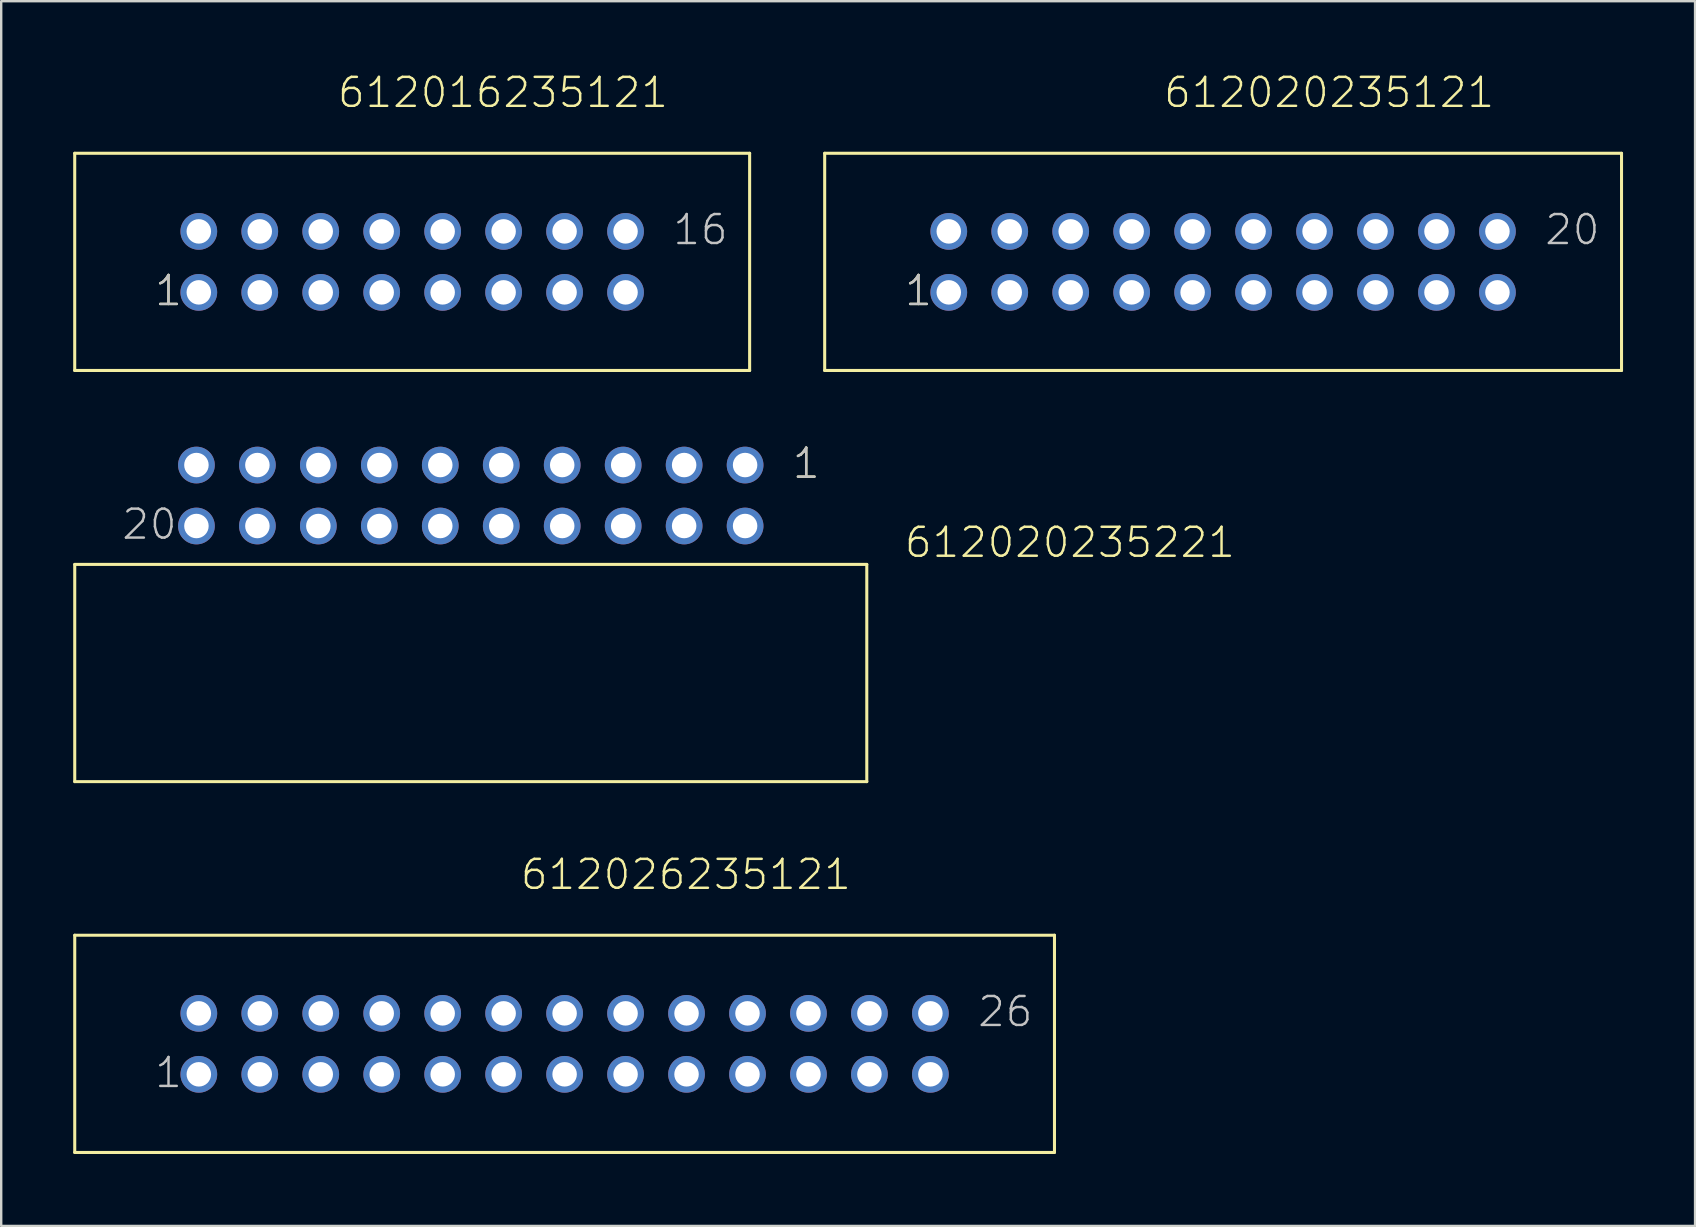
<source format=kicad_pcb>
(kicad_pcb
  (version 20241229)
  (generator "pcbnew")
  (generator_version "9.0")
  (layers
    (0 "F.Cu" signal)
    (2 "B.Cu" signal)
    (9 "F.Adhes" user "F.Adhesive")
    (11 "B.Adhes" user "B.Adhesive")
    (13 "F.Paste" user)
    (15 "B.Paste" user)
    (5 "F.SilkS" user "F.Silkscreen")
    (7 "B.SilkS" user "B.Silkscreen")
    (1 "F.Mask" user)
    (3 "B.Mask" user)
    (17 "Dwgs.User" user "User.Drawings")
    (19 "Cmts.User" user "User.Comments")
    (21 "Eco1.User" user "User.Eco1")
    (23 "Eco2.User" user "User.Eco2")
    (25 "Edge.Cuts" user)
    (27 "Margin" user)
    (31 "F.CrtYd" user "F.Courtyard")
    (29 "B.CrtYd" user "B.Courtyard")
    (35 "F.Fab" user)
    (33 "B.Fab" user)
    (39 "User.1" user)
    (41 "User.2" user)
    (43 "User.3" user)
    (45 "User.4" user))
  (footprint "612026235121"
    (layer "F.Cu")
    (at 20.474 40.441)
    (property "Reference" "612026235121" (at -1.905 -6.35 0) (layer "F.SilkS") (effects (font (size 1.206 1.206) (thickness 0.102)) (justify left bottom)))
    (attr through_hole)
    (fp_line (start -20.41 -4.525) (end 20.41 -4.525) (stroke (width 0.127) (type solid)) (layer "F.SilkS"))
    (fp_line (start -20.41 4.525) (end -20.41 -4.525) (stroke (width 0.127) (type solid)) (layer "F.SilkS"))
    (fp_line (start 20.41 -4.525) (end 20.41 4.525) (stroke (width 0.127) (type solid)) (layer "F.SilkS"))
    (fp_line (start 20.41 4.525) (end -20.41 4.525) (stroke (width 0.127) (type solid)) (layer "F.SilkS"))
    (fp_text user "26" (at 17.145 -0.635 0) (layer "Dwgs.User") (effects (font (size 1.206 1.206) (thickness 0.102)) (justify left bottom)))
    (fp_text user "1" (at -17.145 1.905 0) (layer "Dwgs.User") (effects (font (size 1.206 1.206) (thickness 0.102)) (justify left bottom)))
    (pad "1" thru_hole circle (at -15.24 1.27) (size 1.53 1.53) (drill 1.02) (layers "*.Cu" "*.Mask"))
    (pad "2" thru_hole circle (at -15.24 -1.27) (size 1.53 1.53) (drill 1.02) (layers "*.Cu" "*.Mask"))
    (pad "3" thru_hole circle (at -12.7 1.27) (size 1.53 1.53) (drill 1.02) (layers "*.Cu" "*.Mask"))
    (pad "4" thru_hole circle (at -12.7 -1.27) (size 1.53 1.53) (drill 1.02) (layers "*.Cu" "*.Mask"))
    (pad "5" thru_hole circle (at -10.16 1.27) (size 1.53 1.53) (drill 1.02) (layers "*.Cu" "*.Mask"))
    (pad "6" thru_hole circle (at -10.16 -1.27) (size 1.53 1.53) (drill 1.02) (layers "*.Cu" "*.Mask"))
    (pad "7" thru_hole circle (at -7.62 1.27) (size 1.53 1.53) (drill 1.02) (layers "*.Cu" "*.Mask"))
    (pad "8" thru_hole circle (at -7.62 -1.27) (size 1.53 1.53) (drill 1.02) (layers "*.Cu" "*.Mask"))
    (pad "9" thru_hole circle (at -5.08 1.27) (size 1.53 1.53) (drill 1.02) (layers "*.Cu" "*.Mask"))
    (pad "10" thru_hole circle (at -5.08 -1.27) (size 1.53 1.53) (drill 1.02) (layers "*.Cu" "*.Mask"))
    (pad "11" thru_hole circle (at -2.54 1.27) (size 1.53 1.53) (drill 1.02) (layers "*.Cu" "*.Mask"))
    (pad "12" thru_hole circle (at -2.54 -1.27) (size 1.53 1.53) (drill 1.02) (layers "*.Cu" "*.Mask"))
    (pad "13" thru_hole circle (at 0 1.27) (size 1.53 1.53) (drill 1.02) (layers "*.Cu" "*.Mask"))
    (pad "14" thru_hole circle (at 0 -1.27) (size 1.53 1.53) (drill 1.02) (layers "*.Cu" "*.Mask"))
    (pad "15" thru_hole circle (at 2.54 1.27) (size 1.53 1.53) (drill 1.02) (layers "*.Cu" "*.Mask"))
    (pad "16" thru_hole circle (at 2.54 -1.27) (size 1.53 1.53) (drill 1.02) (layers "*.Cu" "*.Mask"))
    (pad "17" thru_hole circle (at 5.08 1.27) (size 1.53 1.53) (drill 1.02) (layers "*.Cu" "*.Mask"))
    (pad "18" thru_hole circle (at 5.08 -1.27) (size 1.53 1.53) (drill 1.02) (layers "*.Cu" "*.Mask"))
    (pad "19" thru_hole circle (at 7.62 1.27) (size 1.53 1.53) (drill 1.02) (layers "*.Cu" "*.Mask"))
    (pad "20" thru_hole circle (at 7.62 -1.27) (size 1.53 1.53) (drill 1.02) (layers "*.Cu" "*.Mask"))
    (pad "21" thru_hole circle (at 10.16 1.27) (size 1.53 1.53) (drill 1.02) (layers "*.Cu" "*.Mask"))
    (pad "22" thru_hole circle (at 10.16 -1.27) (size 1.53 1.53) (drill 1.02) (layers "*.Cu" "*.Mask"))
    (pad "23" thru_hole circle (at 12.7 1.27) (size 1.53 1.53) (drill 1.02) (layers "*.Cu" "*.Mask"))
    (pad "24" thru_hole circle (at 12.7 -1.27) (size 1.53 1.53) (drill 1.02) (layers "*.Cu" "*.Mask"))
    (pad "25" thru_hole circle (at 15.24 1.27) (size 1.53 1.53) (drill 1.02) (layers "*.Cu" "*.Mask"))
    (pad "26" thru_hole circle (at 15.24 -1.27) (size 1.53 1.53) (drill 1.02) (layers "*.Cu" "*.Mask")))
  (footprint "612020235221"
    (layer "F.Cu")
    (at 16.564 17.596)
    (property "Reference" "612020235221" (at 18.005 2.66 0) (layer "F.SilkS") (effects (font (size 1.206 1.206) (thickness 0.102)) (justify left bottom)))
    (attr through_hole)
    (fp_line (start -16.5 2.87) (end 16.5 2.87) (stroke (width 0.127) (type solid)) (layer "F.SilkS"))
    (fp_line (start -16.5 11.92) (end -16.5 2.87) (stroke (width 0.127) (type solid)) (layer "F.SilkS"))
    (fp_line (start 16.5 2.87) (end 16.5 11.92) (stroke (width 0.127) (type solid)) (layer "F.SilkS"))
    (fp_line (start 16.5 11.92) (end -16.5 11.92) (stroke (width 0.127) (type solid)) (layer "F.SilkS"))
    (fp_text user "1" (at 13.335 -0.635 0) (layer "F.SilkS") (effects (font (size 1.206 1.206) (thickness 0.102)) (justify left bottom)))
    (fp_text user "1" (at 13.335 -0.635 0) (layer "Dwgs.User") (effects (font (size 1.206 1.206) (thickness 0.102)) (justify left bottom)))
    (fp_text user "20" (at -14.605 1.905 0) (layer "Dwgs.User") (effects (font (size 1.206 1.206) (thickness 0.102)) (justify left bottom)))
    (pad "1" thru_hole circle (at 11.43 -1.27 180) (size 1.53 1.53) (drill 1.02) (layers "*.Cu" "*.Mask"))
    (pad "2" thru_hole circle (at 11.43 1.27 180) (size 1.53 1.53) (drill 1.02) (layers "*.Cu" "*.Mask"))
    (pad "3" thru_hole circle (at 8.89 -1.27 180) (size 1.53 1.53) (drill 1.02) (layers "*.Cu" "*.Mask"))
    (pad "4" thru_hole circle (at 8.89 1.27 180) (size 1.53 1.53) (drill 1.02) (layers "*.Cu" "*.Mask"))
    (pad "5" thru_hole circle (at 6.35 -1.27 180) (size 1.53 1.53) (drill 1.02) (layers "*.Cu" "*.Mask"))
    (pad "6" thru_hole circle (at 6.35 1.27 180) (size 1.53 1.53) (drill 1.02) (layers "*.Cu" "*.Mask"))
    (pad "7" thru_hole circle (at 3.81 -1.27 180) (size 1.53 1.53) (drill 1.02) (layers "*.Cu" "*.Mask"))
    (pad "8" thru_hole circle (at 3.81 1.27 180) (size 1.53 1.53) (drill 1.02) (layers "*.Cu" "*.Mask"))
    (pad "9" thru_hole circle (at 1.27 -1.27 180) (size 1.53 1.53) (drill 1.02) (layers "*.Cu" "*.Mask"))
    (pad "10" thru_hole circle (at 1.27 1.27 180) (size 1.53 1.53) (drill 1.02) (layers "*.Cu" "*.Mask"))
    (pad "11" thru_hole circle (at -1.27 -1.27 180) (size 1.53 1.53) (drill 1.02) (layers "*.Cu" "*.Mask"))
    (pad "12" thru_hole circle (at -1.27 1.27 180) (size 1.53 1.53) (drill 1.02) (layers "*.Cu" "*.Mask"))
    (pad "13" thru_hole circle (at -3.81 -1.27 180) (size 1.53 1.53) (drill 1.02) (layers "*.Cu" "*.Mask"))
    (pad "14" thru_hole circle (at -3.81 1.27 180) (size 1.53 1.53) (drill 1.02) (layers "*.Cu" "*.Mask"))
    (pad "15" thru_hole circle (at -6.35 -1.27 180) (size 1.53 1.53) (drill 1.02) (layers "*.Cu" "*.Mask"))
    (pad "16" thru_hole circle (at -6.35 1.27 180) (size 1.53 1.53) (drill 1.02) (layers "*.Cu" "*.Mask"))
    (pad "17" thru_hole circle (at -8.89 -1.27 180) (size 1.53 1.53) (drill 1.02) (layers "*.Cu" "*.Mask"))
    (pad "18" thru_hole circle (at -8.89 1.27 180) (size 1.53 1.53) (drill 1.02) (layers "*.Cu" "*.Mask"))
    (pad "19" thru_hole circle (at -11.43 -1.27 180) (size 1.53 1.53) (drill 1.02) (layers "*.Cu" "*.Mask"))
    (pad "20" thru_hole circle (at -11.43 1.27 180) (size 1.53 1.53) (drill 1.02) (layers "*.Cu" "*.Mask")))
  (footprint "612016235121"
    (layer "F.Cu")
    (at 14.123 7.861)
    (property "Reference" "612016235121" (at -3.175 -6.35 0) (layer "F.SilkS") (effects (font (size 1.206 1.206) (thickness 0.102)) (justify left bottom)))
    (attr through_hole)
    (fp_line (start -14.06 -4.525) (end 14.06 -4.525) (stroke (width 0.127) (type solid)) (layer "F.SilkS"))
    (fp_line (start -14.06 4.525) (end -14.06 -4.525) (stroke (width 0.127) (type solid)) (layer "F.SilkS"))
    (fp_line (start 14.06 -4.525) (end 14.06 4.525) (stroke (width 0.127) (type solid)) (layer "F.SilkS"))
    (fp_line (start 14.06 4.525) (end -14.06 4.525) (stroke (width 0.127) (type solid)) (layer "F.SilkS"))
    (fp_text user "1" (at -10.795 1.905 0) (layer "F.SilkS") (effects (font (size 1.206 1.206) (thickness 0.102)) (justify left bottom)))
    (fp_text user "16" (at 10.795 -0.635 0) (layer "Dwgs.User") (effects (font (size 1.206 1.206) (thickness 0.102)) (justify left bottom)))
    (fp_text user "1" (at -10.795 1.905 0) (layer "Dwgs.User") (effects (font (size 1.206 1.206) (thickness 0.102)) (justify left bottom)))
    (pad "1" thru_hole circle (at -8.89 1.27) (size 1.53 1.53) (drill 1.02) (layers "*.Cu" "*.Mask"))
    (pad "2" thru_hole circle (at -8.89 -1.27) (size 1.53 1.53) (drill 1.02) (layers "*.Cu" "*.Mask"))
    (pad "3" thru_hole circle (at -6.35 1.27) (size 1.53 1.53) (drill 1.02) (layers "*.Cu" "*.Mask"))
    (pad "4" thru_hole circle (at -6.35 -1.27) (size 1.53 1.53) (drill 1.02) (layers "*.Cu" "*.Mask"))
    (pad "5" thru_hole circle (at -3.81 1.27) (size 1.53 1.53) (drill 1.02) (layers "*.Cu" "*.Mask"))
    (pad "6" thru_hole circle (at -3.81 -1.27) (size 1.53 1.53) (drill 1.02) (layers "*.Cu" "*.Mask"))
    (pad "7" thru_hole circle (at -1.27 1.27) (size 1.53 1.53) (drill 1.02) (layers "*.Cu" "*.Mask"))
    (pad "8" thru_hole circle (at -1.27 -1.27) (size 1.53 1.53) (drill 1.02) (layers "*.Cu" "*.Mask"))
    (pad "9" thru_hole circle (at 1.27 1.27) (size 1.53 1.53) (drill 1.02) (layers "*.Cu" "*.Mask"))
    (pad "10" thru_hole circle (at 1.27 -1.27) (size 1.53 1.53) (drill 1.02) (layers "*.Cu" "*.Mask"))
    (pad "11" thru_hole circle (at 3.81 1.27) (size 1.53 1.53) (drill 1.02) (layers "*.Cu" "*.Mask"))
    (pad "12" thru_hole circle (at 3.81 -1.27) (size 1.53 1.53) (drill 1.02) (layers "*.Cu" "*.Mask"))
    (pad "13" thru_hole circle (at 6.35 1.27) (size 1.53 1.53) (drill 1.02) (layers "*.Cu" "*.Mask"))
    (pad "14" thru_hole circle (at 6.35 -1.27) (size 1.53 1.53) (drill 1.02) (layers "*.Cu" "*.Mask"))
    (pad "15" thru_hole circle (at 8.89 1.27) (size 1.53 1.53) (drill 1.02) (layers "*.Cu" "*.Mask"))
    (pad "16" thru_hole circle (at 8.89 -1.27) (size 1.53 1.53) (drill 1.02) (layers "*.Cu" "*.Mask")))
  (footprint "612020235121"
    (layer "F.Cu")
    (at 47.91 7.861)
    (property "Reference" "612020235121" (at -2.54 -6.35 0) (layer "F.SilkS") (effects (font (size 1.206 1.206) (thickness 0.102)) (justify left bottom)))
    (attr through_hole)
    (fp_line (start -16.6 -4.525) (end 16.6 -4.525) (stroke (width 0.127) (type solid)) (layer "F.SilkS"))
    (fp_line (start -16.6 4.525) (end -16.6 -4.525) (stroke (width 0.127) (type solid)) (layer "F.SilkS"))
    (fp_line (start 16.6 -4.525) (end 16.6 4.525) (stroke (width 0.127) (type solid)) (layer "F.SilkS"))
    (fp_line (start 16.6 4.525) (end -16.6 4.525) (stroke (width 0.127) (type solid)) (layer "F.SilkS"))
    (fp_text user "1" (at -13.335 1.905 0) (layer "F.SilkS") (effects (font (size 1.206 1.206) (thickness 0.102)) (justify left bottom)))
    (fp_text user "1" (at -13.335 1.905 0) (layer "Dwgs.User") (effects (font (size 1.206 1.206) (thickness 0.102)) (justify left bottom)))
    (fp_text user "20" (at 13.335 -0.635 0) (layer "Dwgs.User") (effects (font (size 1.206 1.206) (thickness 0.102)) (justify left bottom)))
    (pad "1" thru_hole circle (at -11.43 1.27) (size 1.53 1.53) (drill 1.02) (layers "*.Cu" "*.Mask"))
    (pad "2" thru_hole circle (at -11.43 -1.27) (size 1.53 1.53) (drill 1.02) (layers "*.Cu" "*.Mask"))
    (pad "3" thru_hole circle (at -8.89 1.27) (size 1.53 1.53) (drill 1.02) (layers "*.Cu" "*.Mask"))
    (pad "4" thru_hole circle (at -8.89 -1.27) (size 1.53 1.53) (drill 1.02) (layers "*.Cu" "*.Mask"))
    (pad "5" thru_hole circle (at -6.35 1.27) (size 1.53 1.53) (drill 1.02) (layers "*.Cu" "*.Mask"))
    (pad "6" thru_hole circle (at -6.35 -1.27) (size 1.53 1.53) (drill 1.02) (layers "*.Cu" "*.Mask"))
    (pad "7" thru_hole circle (at -3.81 1.27) (size 1.53 1.53) (drill 1.02) (layers "*.Cu" "*.Mask"))
    (pad "8" thru_hole circle (at -3.81 -1.27) (size 1.53 1.53) (drill 1.02) (layers "*.Cu" "*.Mask"))
    (pad "9" thru_hole circle (at -1.27 1.27) (size 1.53 1.53) (drill 1.02) (layers "*.Cu" "*.Mask"))
    (pad "10" thru_hole circle (at -1.27 -1.27) (size 1.53 1.53) (drill 1.02) (layers "*.Cu" "*.Mask"))
    (pad "11" thru_hole circle (at 1.27 1.27) (size 1.53 1.53) (drill 1.02) (layers "*.Cu" "*.Mask"))
    (pad "12" thru_hole circle (at 1.27 -1.27) (size 1.53 1.53) (drill 1.02) (layers "*.Cu" "*.Mask"))
    (pad "13" thru_hole circle (at 3.81 1.27) (size 1.53 1.53) (drill 1.02) (layers "*.Cu" "*.Mask"))
    (pad "14" thru_hole circle (at 3.81 -1.27) (size 1.53 1.53) (drill 1.02) (layers "*.Cu" "*.Mask"))
    (pad "15" thru_hole circle (at 6.35 1.27) (size 1.53 1.53) (drill 1.02) (layers "*.Cu" "*.Mask"))
    (pad "16" thru_hole circle (at 6.35 -1.27) (size 1.53 1.53) (drill 1.02) (layers "*.Cu" "*.Mask"))
    (pad "17" thru_hole circle (at 8.89 1.27) (size 1.53 1.53) (drill 1.02) (layers "*.Cu" "*.Mask"))
    (pad "18" thru_hole circle (at 8.89 -1.27) (size 1.53 1.53) (drill 1.02) (layers "*.Cu" "*.Mask"))
    (pad "19" thru_hole circle (at 11.43 1.27) (size 1.53 1.53) (drill 1.02) (layers "*.Cu" "*.Mask"))
    (pad "20" thru_hole circle (at 11.43 -1.27) (size 1.53 1.53) (drill 1.02) (layers "*.Cu" "*.Mask")))
  (gr_rect
    (start -3 -3)
    (end 67.574 48.029)
    (stroke (width 0.1) (type default))
    (fill no)
    (layer "Edge.Cuts")))
</source>
